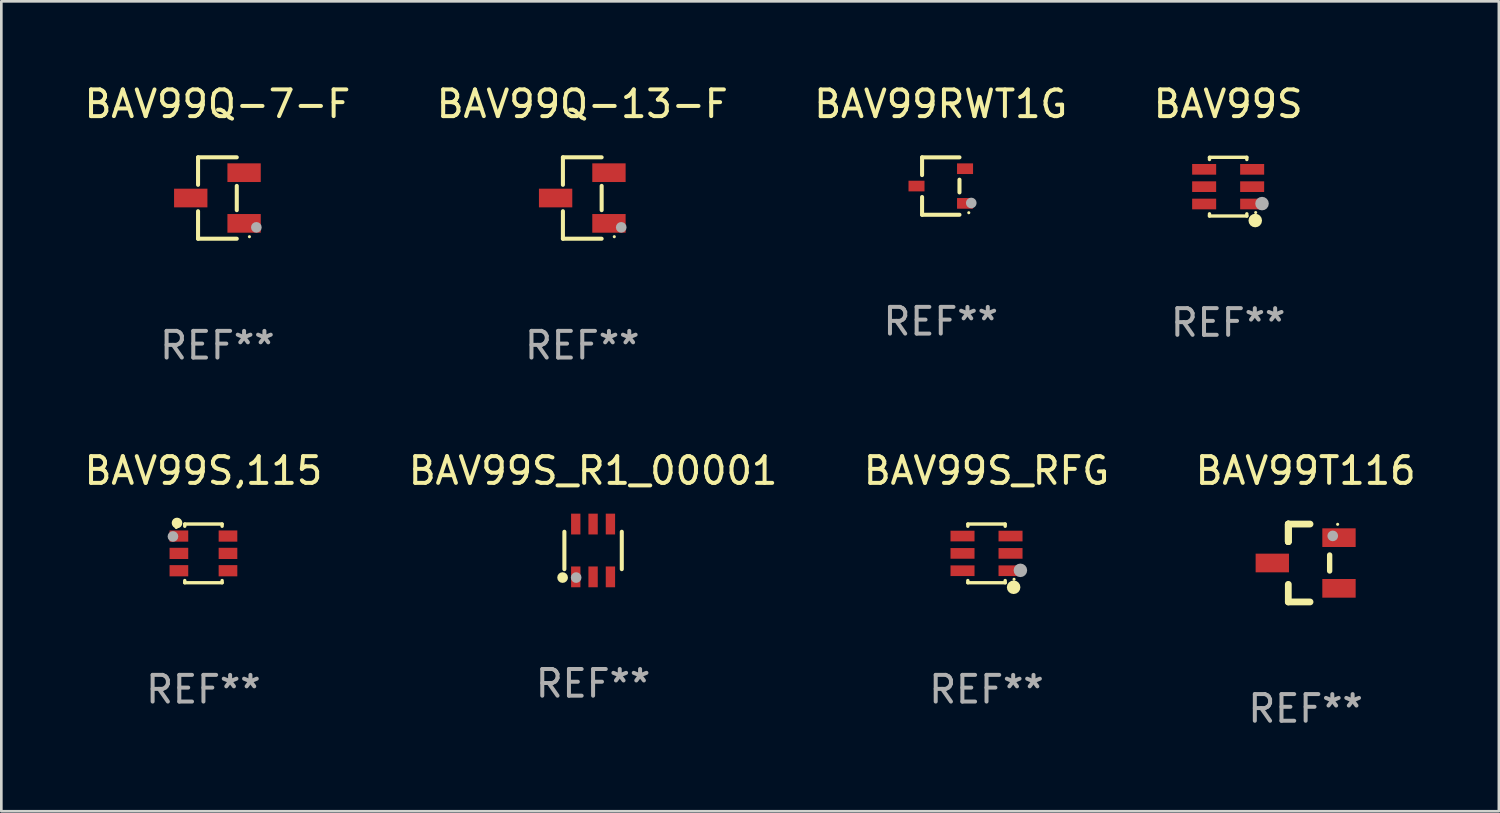
<source format=kicad_pcb>
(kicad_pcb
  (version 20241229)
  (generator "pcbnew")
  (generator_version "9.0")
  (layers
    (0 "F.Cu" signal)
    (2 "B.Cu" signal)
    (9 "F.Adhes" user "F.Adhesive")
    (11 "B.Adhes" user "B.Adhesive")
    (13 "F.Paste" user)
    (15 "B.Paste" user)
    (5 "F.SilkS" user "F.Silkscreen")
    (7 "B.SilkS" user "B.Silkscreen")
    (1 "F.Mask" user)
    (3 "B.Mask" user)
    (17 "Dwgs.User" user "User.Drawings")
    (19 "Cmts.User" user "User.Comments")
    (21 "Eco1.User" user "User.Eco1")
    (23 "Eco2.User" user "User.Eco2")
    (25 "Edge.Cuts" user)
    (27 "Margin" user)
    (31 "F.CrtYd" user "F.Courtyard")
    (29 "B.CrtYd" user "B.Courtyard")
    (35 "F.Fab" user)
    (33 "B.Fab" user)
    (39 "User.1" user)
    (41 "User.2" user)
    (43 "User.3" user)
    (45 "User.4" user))
  (footprint "BAV99RWT1G"
    (layer "F.Cu")
    (at 32.22 3.925)
    (property "Reference" "BAV99RWT1G" (at 0 -3.076 0) (layer "F.SilkS") (effects (font (size 1 1) (thickness 0.15))))
    (attr through_hole)
    (fp_line (start -0.701 -1.076) (end -0.701 -0.411) (stroke (width 0.152) (type solid)) (layer "F.SilkS"))
    (fp_line (start -0.701 1.076) (end -0.701 0.411) (stroke (width 0.152) (type solid)) (layer "F.SilkS"))
    (fp_line (start 0.701 -1.076) (end -0.701 -1.076) (stroke (width 0.152) (type solid)) (layer "F.SilkS"))
    (fp_line (start 0.701 -0.239) (end 0.701 0.239) (stroke (width 0.152) (type solid)) (layer "F.SilkS"))
    (fp_line (start 0.701 1.076) (end -0.701 1.076) (stroke (width 0.152) (type solid)) (layer "F.SilkS"))
    (fp_circle (center 1.05 1) (end 1.08 1) (stroke (width 0.06) (type solid)) (fill no) (layer "F.SilkS"))
    (fp_circle (center 1.143 0.635) (end 1.243 0.635) (stroke (width 0.2) (type solid)) (fill no) (layer "F.Fab"))
    (fp_text user "REF**" (at 0 5.076 0) (layer "F.Fab") (effects (font (size 1 1) (thickness 0.15))))
    (pad "1" smd rect (at 0.91 0.65) (size 0.6 0.4) (layers "F.Cu" "F.Mask" "F.Paste"))
    (pad "2" smd rect (at 0.91 -0.65) (size 0.6 0.4) (layers "F.Cu" "F.Mask" "F.Paste"))
    (pad "3" smd rect (at -0.91 0) (size 0.6 0.4) (layers "F.Cu" "F.Mask" "F.Paste")))
  (footprint "BAV99S_R1_00001"
    (layer "F.Cu")
    (at 19.185 17.587)
    (property "Reference" "BAV99S_R1_00001" (at 0 -2.99 0) (layer "F.SilkS") (effects (font (size 1 1) (thickness 0.15))))
    (attr through_hole)
    (fp_line (start -1.076 0.701) (end -1.076 -0.701) (stroke (width 0.152) (type solid)) (layer "F.SilkS"))
    (fp_line (start 1.076 0.701) (end 1.076 -0.701) (stroke (width 0.152) (type solid)) (layer "F.SilkS"))
    (fp_circle (center -1.143 1.016) (end -1.043 1.016) (stroke (width 0.2) (type solid)) (fill no) (layer "F.SilkS"))
    (fp_circle (center -1.025 1.05) (end -0.995 1.05) (stroke (width 0.06) (type solid)) (fill no) (layer "F.SilkS"))
    (fp_circle (center -0.635 1.016) (end -0.535 1.016) (stroke (width 0.2) (type solid)) (fill no) (layer "F.Fab"))
    (fp_text user "REF**" (at 0 4.99 0) (layer "F.Fab") (effects (font (size 1 1) (thickness 0.15))))
    (pad "1" smd rect (at -0.65 0.99) (size 0.35 0.78) (layers "F.Cu" "F.Mask" "F.Paste"))
    (pad "2" smd rect (at 0 0.99) (size 0.35 0.78) (layers "F.Cu" "F.Mask" "F.Paste"))
    (pad "3" smd rect (at 0.65 0.99) (size 0.35 0.78) (layers "F.Cu" "F.Mask" "F.Paste"))
    (pad "4" smd rect (at 0.65 -0.99) (size 0.35 0.78) (layers "F.Cu" "F.Mask" "F.Paste"))
    (pad "5" smd rect (at 0 -0.99) (size 0.35 0.78) (layers "F.Cu" "F.Mask" "F.Paste"))
    (pad "6" smd rect (at -0.65 -0.99) (size 0.35 0.78) (layers "F.Cu" "F.Mask" "F.Paste")))
  (footprint "BAV99Q-7-F"
    (layer "F.Cu")
    (at 5.101 4.374)
    (property "Reference" "BAV99Q-7-F" (at 0 -3.526 0) (layer "F.SilkS") (effects (font (size 1 1) (thickness 0.15))))
    (attr through_hole)
    (fp_line (start -0.726 -1.526) (end -0.726 -0.495) (stroke (width 0.152) (type solid)) (layer "F.SilkS"))
    (fp_line (start -0.726 1.526) (end -0.726 0.495) (stroke (width 0.152) (type solid)) (layer "F.SilkS"))
    (fp_line (start 0.726 -1.526) (end -0.726 -1.526) (stroke (width 0.152) (type solid)) (layer "F.SilkS"))
    (fp_line (start 0.726 -0.455) (end 0.726 0.455) (stroke (width 0.152) (type solid)) (layer "F.SilkS"))
    (fp_line (start 0.726 1.526) (end -0.726 1.526) (stroke (width 0.152) (type solid)) (layer "F.SilkS"))
    (fp_circle (center 1.2 1.45) (end 1.23 1.45) (stroke (width 0.06) (type solid)) (fill no) (layer "F.SilkS"))
    (fp_circle (center 1.46 1.1) (end 1.56 1.1) (stroke (width 0.2) (type solid)) (fill no) (layer "F.Fab"))
    (fp_text user "REF**" (at 0 5.526 0) (layer "F.Fab") (effects (font (size 1 1) (thickness 0.15))))
    (pad "1" smd rect (at 1 0.95) (size 1.25 0.7) (layers "F.Cu" "F.Mask" "F.Paste"))
    (pad "2" smd rect (at 1 -0.95) (size 1.25 0.7) (layers "F.Cu" "F.Mask" "F.Paste"))
    (pad "3" smd rect (at -1 0) (size 1.25 0.7) (layers "F.Cu" "F.Mask" "F.Paste")))
  (footprint "BAV99S,115"
    (layer "F.Cu")
    (at 4.577 17.697)
    (property "Reference" "BAV99S,115" (at 0 -3.1 0) (layer "F.SilkS") (effects (font (size 1 1) (thickness 0.15))))
    (attr through_hole)
    (fp_line (start -0.7 -1.1) (end -0.7 -1.018) (stroke (width 0.127) (type solid)) (layer "F.SilkS"))
    (fp_line (start -0.7 -1.1) (end 0.7 -1.1) (stroke (width 0.127) (type solid)) (layer "F.SilkS"))
    (fp_line (start -0.7 1.018) (end -0.7 1.1) (stroke (width 0.127) (type solid)) (layer "F.SilkS"))
    (fp_line (start -0.7 1.1) (end 0.7 1.1) (stroke (width 0.127) (type solid)) (layer "F.SilkS"))
    (fp_line (start 0.7 -1.1) (end 0.7 -1.018) (stroke (width 0.127) (type solid)) (layer "F.SilkS"))
    (fp_line (start 0.7 1.018) (end 0.7 1.1) (stroke (width 0.127) (type solid)) (layer "F.SilkS"))
    (fp_circle (center -1.02 -0.97) (end -0.99 -0.97) (stroke (width 0.06) (type solid)) (fill no) (layer "F.SilkS"))
    (fp_circle (center -0.99 -1.14) (end -0.89 -1.14) (stroke (width 0.2) (type solid)) (fill no) (layer "F.SilkS"))
    (fp_circle (center -1.143 -0.635) (end -1.043 -0.635) (stroke (width 0.2) (type solid)) (fill no) (layer "F.Fab"))
    (fp_text user "REF**" (at 0 5.1 0) (layer "F.Fab") (effects (font (size 1 1) (thickness 0.15))))
    (pad "1" smd rect (at -0.92 -0.65) (size 0.7 0.42) (layers "F.Cu" "F.Mask" "F.Paste"))
    (pad "2" smd rect (at -0.92 0.000127) (size 0.7 0.42) (layers "F.Cu" "F.Mask" "F.Paste"))
    (pad "3" smd rect (at -0.92 0.65) (size 0.7 0.42) (layers "F.Cu" "F.Mask" "F.Paste"))
    (pad "4" smd rect (at 0.92 0.65) (size 0.7 0.42) (layers "F.Cu" "F.Mask" "F.Paste"))
    (pad "5" smd rect (at 0.92 0.000127) (size 0.7 0.42) (layers "F.Cu" "F.Mask" "F.Paste"))
    (pad "6" smd rect (at 0.92 -0.65) (size 0.7 0.42) (layers "F.Cu" "F.Mask" "F.Paste")))
  (footprint "BAV99Q-13-F"
    (layer "F.Cu")
    (at 18.78 4.374)
    (property "Reference" "BAV99Q-13-F" (at 0 -3.526 0) (layer "F.SilkS") (effects (font (size 1 1) (thickness 0.15))))
    (attr through_hole)
    (fp_line (start -0.726 -1.526) (end -0.726 -0.495) (stroke (width 0.152) (type solid)) (layer "F.SilkS"))
    (fp_line (start -0.726 1.526) (end -0.726 0.495) (stroke (width 0.152) (type solid)) (layer "F.SilkS"))
    (fp_line (start 0.726 -1.526) (end -0.726 -1.526) (stroke (width 0.152) (type solid)) (layer "F.SilkS"))
    (fp_line (start 0.726 -0.455) (end 0.726 0.455) (stroke (width 0.152) (type solid)) (layer "F.SilkS"))
    (fp_line (start 0.726 1.526) (end -0.726 1.526) (stroke (width 0.152) (type solid)) (layer "F.SilkS"))
    (fp_circle (center 1.2 1.45) (end 1.23 1.45) (stroke (width 0.06) (type solid)) (fill no) (layer "F.SilkS"))
    (fp_circle (center 1.46 1.1) (end 1.56 1.1) (stroke (width 0.2) (type solid)) (fill no) (layer "F.Fab"))
    (fp_text user "REF**" (at 0 5.526 0) (layer "F.Fab") (effects (font (size 1 1) (thickness 0.15))))
    (pad "1" smd rect (at 1 0.95) (size 1.25 0.7) (layers "F.Cu" "F.Mask" "F.Paste"))
    (pad "2" smd rect (at 1 -0.95) (size 1.25 0.7) (layers "F.Cu" "F.Mask" "F.Paste"))
    (pad "3" smd rect (at -1 0) (size 1.25 0.7) (layers "F.Cu" "F.Mask" "F.Paste")))
  (footprint "BAV99T116"
    (layer "F.Cu")
    (at 45.899 18.057)
    (property "Reference" "BAV99T116" (at 0 -3.46 0) (layer "F.SilkS") (effects (font (size 1 1) (thickness 0.15))))
    (attr through_hole)
    (fp_line (start -0.65 -1.46) (end -0.65 -0.8) (stroke (width 0.254) (type solid)) (layer "F.SilkS"))
    (fp_line (start -0.65 -1.46) (end 0.165 -1.46) (stroke (width 0.254) (type solid)) (layer "F.SilkS"))
    (fp_line (start -0.65 -0.8) (end -0.65 -1.46) (stroke (width 0.254) (type solid)) (layer "F.SilkS"))
    (fp_line (start -0.65 -0.8) (end -0.65 -1.46) (stroke (width 0.254) (type solid)) (layer "F.SilkS"))
    (fp_line (start -0.65 1.46) (end -0.65 0.8) (stroke (width 0.254) (type solid)) (layer "F.SilkS"))
    (fp_line (start 0.165 1.46) (end -0.65 1.46) (stroke (width 0.254) (type solid)) (layer "F.SilkS"))
    (fp_line (start 0.9 0.3) (end 0.9 -0.3) (stroke (width 0.2) (type solid)) (layer "F.SilkS"))
    (fp_circle (center 1.2 -1.45) (end 1.23 -1.45) (stroke (width 0.06) (type solid)) (fill no) (layer "F.SilkS"))
    (fp_circle (center 1.016 -1.016) (end 1.116 -1.016) (stroke (width 0.2) (type solid)) (fill no) (layer "F.Fab"))
    (fp_text user "REF**" (at 0 5.46 0) (layer "F.Fab") (effects (font (size 1 1) (thickness 0.15))))
    (pad "1" smd rect (at 1.25 -0.95 270) (size 0.7 1.25) (layers "F.Cu" "F.Mask" "F.Paste"))
    (pad "2" smd rect (at 1.25 0.95 270) (size 0.7 1.25) (layers "F.Cu" "F.Mask" "F.Paste"))
    (pad "3" smd rect (at -1.25 -0.000013 270) (size 0.7 1.25) (layers "F.Cu" "F.Mask" "F.Paste")))
  (footprint "BAV99S"
    (layer "F.Cu")
    (at 42.994 3.948)
    (property "Reference" "BAV99S" (at 0 -3.1 0) (layer "F.SilkS") (effects (font (size 1 1) (thickness 0.15))))
    (attr through_hole)
    (fp_line (start -0.7 -1.018) (end -0.7 -1.1) (stroke (width 0.127) (type solid)) (layer "F.SilkS"))
    (fp_line (start -0.7 1.1) (end -0.7 1.018) (stroke (width 0.127) (type solid)) (layer "F.SilkS"))
    (fp_line (start 0.7 -1.1) (end -0.7 -1.1) (stroke (width 0.127) (type solid)) (layer "F.SilkS"))
    (fp_line (start 0.7 -1.018) (end 0.7 -1.1) (stroke (width 0.127) (type solid)) (layer "F.SilkS"))
    (fp_line (start 0.7 1.1) (end -0.7 1.1) (stroke (width 0.127) (type solid)) (layer "F.SilkS"))
    (fp_line (start 0.7 1.1) (end 0.7 1.018) (stroke (width 0.127) (type solid)) (layer "F.SilkS"))
    (fp_circle (center 1.016 1.27) (end 1.143 1.27) (stroke (width 0.254) (type solid)) (fill no) (layer "F.SilkS"))
    (fp_circle (center 1.032 0.97) (end 1.062 0.97) (stroke (width 0.06) (type solid)) (fill no) (layer "F.SilkS"))
    (fp_circle (center 1.27 0.635) (end 1.397 0.635) (stroke (width 0.254) (type solid)) (fill no) (layer "F.Fab"))
    (fp_text user "REF**" (at 0 5.1 0) (layer "F.Fab") (effects (font (size 1 1) (thickness 0.15))))
    (pad "1" smd rect (at 0.9 0.65 90) (size 0.4 0.9) (layers "F.Cu" "F.Mask" "F.Paste"))
    (pad "2" smd rect (at 0.9 -0.000102 90) (size 0.4 0.9) (layers "F.Cu" "F.Mask" "F.Paste"))
    (pad "3" smd rect (at 0.9 -0.65 90) (size 0.4 0.9) (layers "F.Cu" "F.Mask" "F.Paste"))
    (pad "4" smd rect (at -0.9 -0.65 90) (size 0.4 0.9) (layers "F.Cu" "F.Mask" "F.Paste"))
    (pad "5" smd rect (at -0.9 -0.000102 90) (size 0.4 0.9) (layers "F.Cu" "F.Mask" "F.Paste"))
    (pad "6" smd rect (at -0.9 0.65 90) (size 0.4 0.9) (layers "F.Cu" "F.Mask" "F.Paste")))
  (footprint "BAV99S_RFG"
    (layer "F.Cu")
    (at 33.935 17.697)
    (property "Reference" "BAV99S_RFG" (at 0 -3.1 0) (layer "F.SilkS") (effects (font (size 1 1) (thickness 0.15))))
    (attr through_hole)
    (fp_line (start -0.7 -1.018) (end -0.7 -1.1) (stroke (width 0.127) (type solid)) (layer "F.SilkS"))
    (fp_line (start -0.7 1.1) (end -0.7 1.018) (stroke (width 0.127) (type solid)) (layer "F.SilkS"))
    (fp_line (start 0.7 -1.1) (end -0.7 -1.1) (stroke (width 0.127) (type solid)) (layer "F.SilkS"))
    (fp_line (start 0.7 -1.018) (end 0.7 -1.1) (stroke (width 0.127) (type solid)) (layer "F.SilkS"))
    (fp_line (start 0.7 1.1) (end -0.7 1.1) (stroke (width 0.127) (type solid)) (layer "F.SilkS"))
    (fp_line (start 0.7 1.1) (end 0.7 1.018) (stroke (width 0.127) (type solid)) (layer "F.SilkS"))
    (fp_circle (center 1.016 1.27) (end 1.143 1.27) (stroke (width 0.254) (type solid)) (fill no) (layer "F.SilkS"))
    (fp_circle (center 1.032 0.97) (end 1.062 0.97) (stroke (width 0.06) (type solid)) (fill no) (layer "F.SilkS"))
    (fp_circle (center 1.27 0.635) (end 1.397 0.635) (stroke (width 0.254) (type solid)) (fill no) (layer "F.Fab"))
    (fp_text user "REF**" (at 0 5.1 0) (layer "F.Fab") (effects (font (size 1 1) (thickness 0.15))))
    (pad "1" smd rect (at 0.9 0.65 90) (size 0.4 0.9) (layers "F.Cu" "F.Mask" "F.Paste"))
    (pad "2" smd rect (at 0.9 -0.000102 90) (size 0.4 0.9) (layers "F.Cu" "F.Mask" "F.Paste"))
    (pad "3" smd rect (at 0.9 -0.65 90) (size 0.4 0.9) (layers "F.Cu" "F.Mask" "F.Paste"))
    (pad "4" smd rect (at -0.9 -0.65 90) (size 0.4 0.9) (layers "F.Cu" "F.Mask" "F.Paste"))
    (pad "5" smd rect (at -0.9 -0.000102 90) (size 0.4 0.9) (layers "F.Cu" "F.Mask" "F.Paste"))
    (pad "6" smd rect (at -0.9 0.65 90) (size 0.4 0.9) (layers "F.Cu" "F.Mask" "F.Paste")))
  (gr_rect
    (start -3 -3)
    (end 53.143 27.365)
    (stroke (width 0.1) (type default))
    (fill no)
    (layer "Edge.Cuts")))
</source>
